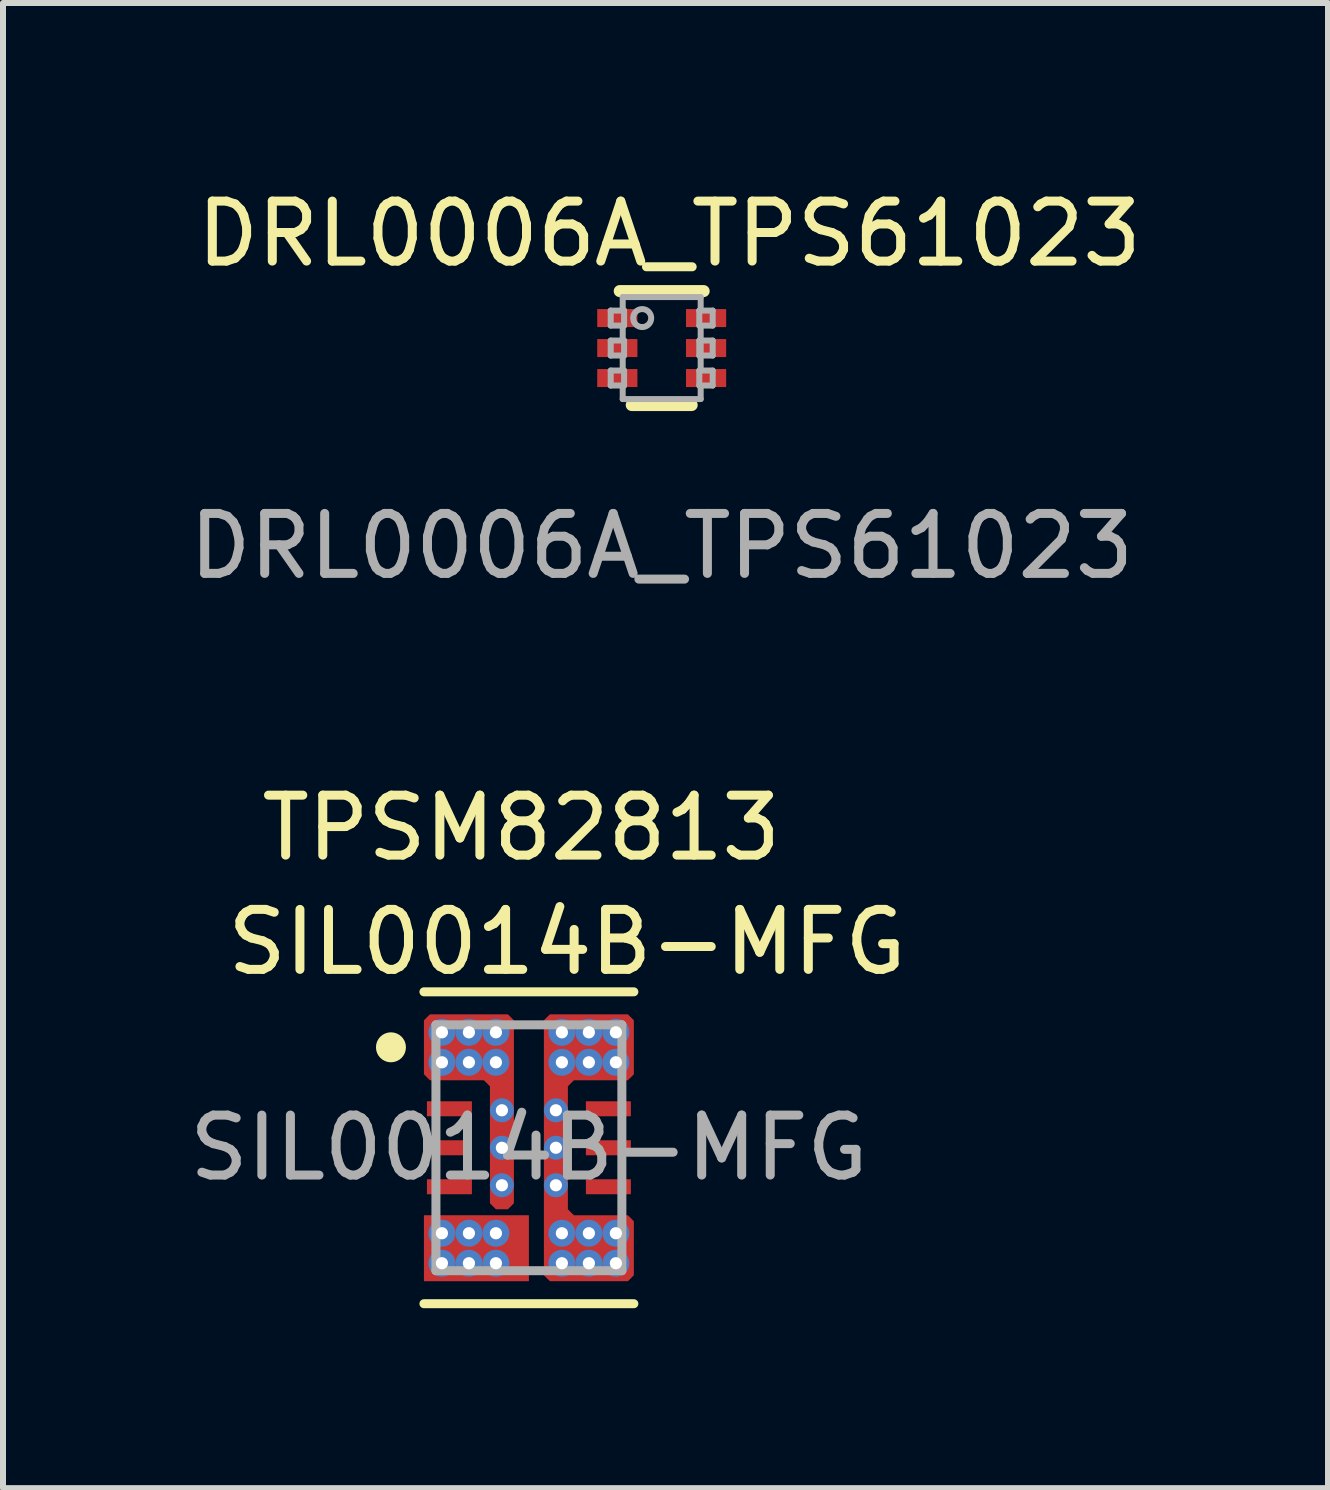
<source format=kicad_pcb>
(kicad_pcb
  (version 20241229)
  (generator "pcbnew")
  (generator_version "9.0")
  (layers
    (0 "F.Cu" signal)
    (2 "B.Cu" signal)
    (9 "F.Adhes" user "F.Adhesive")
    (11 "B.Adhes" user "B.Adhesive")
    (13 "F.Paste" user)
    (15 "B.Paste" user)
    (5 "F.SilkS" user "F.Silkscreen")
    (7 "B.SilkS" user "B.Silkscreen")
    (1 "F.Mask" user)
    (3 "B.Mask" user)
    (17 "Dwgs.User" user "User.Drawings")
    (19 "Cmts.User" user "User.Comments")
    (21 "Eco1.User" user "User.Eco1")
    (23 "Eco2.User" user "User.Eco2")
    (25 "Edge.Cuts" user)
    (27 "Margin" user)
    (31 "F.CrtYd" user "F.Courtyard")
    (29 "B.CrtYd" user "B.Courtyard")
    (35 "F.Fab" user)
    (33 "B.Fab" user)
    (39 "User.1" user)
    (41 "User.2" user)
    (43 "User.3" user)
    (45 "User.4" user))
  (footprint "DRL0006A_TPS61023"
    (layer "F.Cu")
    (at 7.982 2.753)
    (property "Reference" "DRL0006A_TPS61023" (at 0.127 -1.905 0) (unlocked yes) (layer "F.SilkS") (effects (font (size 1 1) (thickness 0.15))))
    (attr smd)
    (fp_line (start -0.7 -0.95) (end 0.7 -0.95) (stroke (width 0.2) (type solid)) (layer "F.SilkS"))
    (fp_line (start -0.5 0.95) (end 0.5 0.95) (stroke (width 0.2) (type solid)) (layer "F.SilkS"))
    (fp_line (start -0.85 -0.625) (end -0.627 -0.625) (stroke (width 0.1) (type solid)) (layer "F.Fab"))
    (fp_line (start -0.85 -0.375) (end -0.85 -0.625) (stroke (width 0.1) (type solid)) (layer "F.Fab"))
    (fp_line (start -0.85 -0.375) (end -0.627 -0.375) (stroke (width 0.1) (type solid)) (layer "F.Fab"))
    (fp_line (start -0.85 -0.125) (end -0.627 -0.125) (stroke (width 0.1) (type solid)) (layer "F.Fab"))
    (fp_line (start -0.85 0.125) (end -0.85 -0.125) (stroke (width 0.1) (type solid)) (layer "F.Fab"))
    (fp_line (start -0.85 0.125) (end -0.627 0.125) (stroke (width 0.1) (type solid)) (layer "F.Fab"))
    (fp_line (start -0.85 0.375) (end -0.627 0.375) (stroke (width 0.1) (type solid)) (layer "F.Fab"))
    (fp_line (start -0.85 0.625) (end -0.85 0.375) (stroke (width 0.1) (type solid)) (layer "F.Fab"))
    (fp_line (start -0.85 0.625) (end -0.627 0.625) (stroke (width 0.1) (type solid)) (layer "F.Fab"))
    (fp_line (start -0.65 -0.85) (end 0.65 -0.85) (stroke (width 0.1) (type solid)) (layer "F.Fab"))
    (fp_line (start -0.65 -0.625) (end -0.65 -0.85) (stroke (width 0.1) (type solid)) (layer "F.Fab"))
    (fp_line (start -0.65 -0.125) (end -0.65 -0.375) (stroke (width 0.1) (type solid)) (layer "F.Fab"))
    (fp_line (start -0.65 0.375) (end -0.65 0.125) (stroke (width 0.1) (type solid)) (layer "F.Fab"))
    (fp_line (start -0.65 0.85) (end -0.65 0.625) (stroke (width 0.1) (type solid)) (layer "F.Fab"))
    (fp_line (start -0.65 0.85) (end 0.65 0.85) (stroke (width 0.1) (type solid)) (layer "F.Fab"))
    (fp_line (start -0.627 -0.375) (end -0.627 -0.625) (stroke (width 0.1) (type solid)) (layer "F.Fab"))
    (fp_line (start -0.627 0.125) (end -0.627 -0.125) (stroke (width 0.1) (type solid)) (layer "F.Fab"))
    (fp_line (start -0.627 0.625) (end -0.627 0.375) (stroke (width 0.1) (type solid)) (layer "F.Fab"))
    (fp_line (start 0.627 -0.625) (end 0.85 -0.625) (stroke (width 0.1) (type solid)) (layer "F.Fab"))
    (fp_line (start 0.627 -0.375) (end 0.627 -0.625) (stroke (width 0.1) (type solid)) (layer "F.Fab"))
    (fp_line (start 0.627 -0.375) (end 0.85 -0.375) (stroke (width 0.1) (type solid)) (layer "F.Fab"))
    (fp_line (start 0.627 -0.125) (end 0.85 -0.125) (stroke (width 0.1) (type solid)) (layer "F.Fab"))
    (fp_line (start 0.627 0.125) (end 0.627 -0.125) (stroke (width 0.1) (type solid)) (layer "F.Fab"))
    (fp_line (start 0.627 0.125) (end 0.85 0.125) (stroke (width 0.1) (type solid)) (layer "F.Fab"))
    (fp_line (start 0.627 0.375) (end 0.85 0.375) (stroke (width 0.1) (type solid)) (layer "F.Fab"))
    (fp_line (start 0.627 0.625) (end 0.627 0.375) (stroke (width 0.1) (type solid)) (layer "F.Fab"))
    (fp_line (start 0.627 0.625) (end 0.85 0.625) (stroke (width 0.1) (type solid)) (layer "F.Fab"))
    (fp_line (start 0.65 -0.625) (end 0.65 -0.85) (stroke (width 0.1) (type solid)) (layer "F.Fab"))
    (fp_line (start 0.65 0.375) (end 0.65 -0.375) (stroke (width 0.1) (type solid)) (layer "F.Fab"))
    (fp_line (start 0.65 0.85) (end 0.65 0.625) (stroke (width 0.1) (type solid)) (layer "F.Fab"))
    (fp_line (start 0.85 -0.375) (end 0.85 -0.625) (stroke (width 0.1) (type solid)) (layer "F.Fab"))
    (fp_line (start 0.85 0.625) (end 0.85 0.375) (stroke (width 0.1) (type solid)) (layer "F.Fab"))
    (fp_line (start 0.85 0.125) (end 0.85 -0.125) (stroke (width 0.1) (type solid)) (layer "F.Fab"))
    (fp_circle (center -0.325 -0.5) (end -0.175 -0.5) (stroke (width 0.1) (type solid)) (fill no) (layer "F.Fab"))
    (fp_text user "${REFERENCE}" (at 0 3.302 0) (unlocked yes) (layer "F.Fab") (effects (font (size 1 1) (thickness 0.15))))
    (pad "1" smd rect (at -0.74 -0.5 90) (size 0.3 0.67) (layers "F.Cu" "F.Mask" "F.Paste"))
    (pad "2" smd rect (at -0.74 -0.000003 90) (size 0.3 0.67) (layers "F.Cu" "F.Mask" "F.Paste"))
    (pad "3" smd rect (at -0.74 0.5 90) (size 0.3 0.67) (layers "F.Cu" "F.Mask" "F.Paste"))
    (pad "4" smd rect (at 0.74 0.5 90) (size 0.3 0.67) (layers "F.Cu" "F.Mask" "F.Paste"))
    (pad "5" smd rect (at 0.74 -0.000003 90) (size 0.3 0.67) (layers "F.Cu" "F.Mask" "F.Paste"))
    (pad "6" smd rect (at 0.74 -0.5 90) (size 0.3 0.67) (layers "F.Cu" "F.Mask" "F.Paste")))
  (footprint "SIL0014B-MFG"
    (layer "F.Cu")
    (at 5.768 16.086)
    (property "Reference" "SIL0014B-MFG" (at 0.635 -3.429 0) (unlocked yes) (layer "F.SilkS") (effects (font (size 1 1) (thickness 0.15))))
    (attr through_hole)
    (fp_poly (pts (xy -0.25 -2.125) (xy -0.35 -2.225) (xy -1.65 -2.225) (xy -1.75 -2.125) (xy -1.75 -1.225) (xy -1.65 -1.125) (xy -0.75 -1.125) (xy -0.65 -1.025) (xy -0.65 0.925) (xy -0.55 1.025) (xy -0.35 1.025) (xy -0.25 0.925)) (stroke (width 0) (type solid)) (fill yes) (layer "F.Cu"))
    (fp_poly (pts (xy 0.25 -2.125) (xy 0.35 -2.225) (xy 1.65 -2.225) (xy 1.75 -2.125) (xy 1.75 -1.225) (xy 1.65 -1.125) (xy 0.75 -1.125) (xy 0.65 -1.025) (xy 0.65 1.025) (xy 0.75 1.125) (xy 1.65 1.125) (xy 1.75 1.225) (xy 1.75 2.125) (xy 1.65 2.225) (xy 0.35 2.225) (xy 0.25 2.125)) (stroke (width 0) (type solid)) (fill yes) (layer "F.Cu"))
    (fp_poly (pts (xy -0.3 1.225) (xy -0.3 2.125) (xy -0.35 2.175) (xy -1.65 2.175) (xy -1.7 2.125) (xy -1.7 1.225) (xy -1.65 1.175) (xy -0.35 1.175)) (stroke (width 0) (type solid)) (fill yes) (layer "F.Mask"))
    (fp_line (start -1.75 -2.6) (end 1.75 -2.6) (stroke (width 0.15) (type solid)) (layer "F.SilkS"))
    (fp_line (start -1.75 2.6) (end 1.75 2.6) (stroke (width 0.15) (type solid)) (layer "F.SilkS"))
    (fp_circle (center -2.3 -1.675) (end -2.175 -1.675) (stroke (width 0.25) (type solid)) (fill no) (layer "F.SilkS"))
    (fp_poly (pts (xy -0.3 1.225) (xy -0.3 2.125) (xy -0.35 2.175) (xy -1.65 2.175) (xy -1.7 2.125) (xy -1.7 1.225) (xy -1.65 1.175) (xy -0.35 1.175)) (stroke (width 0) (type solid)) (fill yes) (layer "F.Paste"))
    (fp_line (start -1.55 -2.05) (end 1.55 -2.05) (stroke (width 0.15) (type solid)) (layer "F.Fab"))
    (fp_line (start -1.55 2.05) (end -1.55 -2.05) (stroke (width 0.15) (type solid)) (layer "F.Fab"))
    (fp_line (start -1.55 2.05) (end 1.55 2.05) (stroke (width 0.15) (type solid)) (layer "F.Fab"))
    (fp_line (start 1.55 2.05) (end 1.55 -2.05) (stroke (width 0.15) (type solid)) (layer "F.Fab"))
    (fp_text user "TPSM82813" (at -0.127 -5.334 0) (unlocked yes) (layer "F.SilkS") (effects (font (size 1 1) (thickness 0.15))))
    (fp_text user "${REFERENCE}" (at 0 0 0) (unlocked yes) (layer "F.Fab") (effects (font (size 1 1) (thickness 0.15))))
    (pad "1" smd rect (at -1 -1.675) (size 1.4 1) (layers "F.Cu" "F.Mask" "F.Paste"))
    (pad "2" smd rect (at -1.325 -0.65) (size 0.75 0.25) (layers "F.Cu" "F.Mask" "F.Paste"))
    (pad "3" smd rect (at -1.325 0) (size 0.75 0.25) (layers "F.Cu" "F.Mask" "F.Paste"))
    (pad "4" smd rect (at -1.325 0.65) (size 0.75 0.25) (layers "F.Cu" "F.Mask" "F.Paste"))
    (pad "5" smd rect (at -0.875 1.675) (size 1.75 1.1) (layers "F.Cu"))
    (pad "6" smd rect (at 1 1.675) (size 1.4 1) (layers "F.Cu" "F.Mask" "F.Paste"))
    (pad "7" smd rect (at 1.325 0.65) (size 0.75 0.25) (layers "F.Cu" "F.Mask" "F.Paste"))
    (pad "8" smd rect (at 1.325 0) (size 0.75 0.25) (layers "F.Cu" "F.Mask" "F.Paste"))
    (pad "9" smd rect (at 1.325 -0.65) (size 0.75 0.25) (layers "F.Cu" "F.Mask" "F.Paste"))
    (pad "10" smd rect (at 1 -1.675) (size 1.4 1) (layers "F.Cu" "F.Mask" "F.Paste"))
    (pad "11" smd rect (at -0.45 -0.575) (size 0.3 0.8) (layers "F.Cu" "F.Mask" "F.Paste"))
    (pad "12" smd rect (at -0.45 0.575) (size 0.3 0.8) (layers "F.Cu" "F.Mask" "F.Paste"))
    (pad "13" smd rect (at 0.45 0.575) (size 0.3 0.8) (layers "F.Cu" "F.Mask" "F.Paste"))
    (pad "14" smd rect (at 0.45 -0.575) (size 0.3 0.8) (layers "F.Cu" "F.Mask" "F.Paste"))
    (pad "15" thru_hole circle (at -1.45 1.925) (size 0.45 0.45) (drill 0.203) (layers "*.Cu" "*.Mask"))
    (pad "16" thru_hole circle (at -1 1.925) (size 0.45 0.45) (drill 0.203) (layers "*.Cu" "*.Mask"))
    (pad "17" thru_hole circle (at -0.55 1.925) (size 0.45 0.45) (drill 0.203) (layers "*.Cu" "*.Mask"))
    (pad "18" thru_hole circle (at -1.45 1.425) (size 0.45 0.45) (drill 0.203) (layers "*.Cu" "*.Mask"))
    (pad "19" thru_hole circle (at -1 1.425) (size 0.45 0.45) (drill 0.203) (layers "*.Cu" "*.Mask"))
    (pad "20" thru_hole circle (at -0.55 1.425) (size 0.45 0.45) (drill 0.203) (layers "*.Cu" "*.Mask"))
    (pad "21" thru_hole circle (at 1.45 1.425) (size 0.45 0.45) (drill 0.203) (layers "*.Cu" "*.Mask"))
    (pad "22" thru_hole circle (at 1 1.425) (size 0.45 0.45) (drill 0.203) (layers "*.Cu" "*.Mask"))
    (pad "23" thru_hole circle (at 0.55 1.425) (size 0.45 0.45) (drill 0.203) (layers "*.Cu" "*.Mask"))
    (pad "24" thru_hole circle (at 1.45 1.925) (size 0.45 0.45) (drill 0.203) (layers "*.Cu" "*.Mask"))
    (pad "25" thru_hole circle (at 1 1.925) (size 0.45 0.45) (drill 0.203) (layers "*.Cu" "*.Mask"))
    (pad "26" thru_hole circle (at 0.55 1.925) (size 0.45 0.45) (drill 0.203) (layers "*.Cu" "*.Mask"))
    (pad "27" thru_hole circle (at -0.55 -1.925) (size 0.45 0.45) (drill 0.203) (layers "*.Cu" "*.Mask"))
    (pad "28" thru_hole circle (at -1 -1.925) (size 0.45 0.45) (drill 0.203) (layers "*.Cu" "*.Mask"))
    (pad "29" thru_hole circle (at -1.45 -1.925) (size 0.45 0.45) (drill 0.203) (layers "*.Cu" "*.Mask"))
    (pad "30" thru_hole circle (at -0.55 -1.425) (size 0.45 0.45) (drill 0.203) (layers "*.Cu" "*.Mask"))
    (pad "31" thru_hole circle (at -1 -1.425) (size 0.45 0.45) (drill 0.203) (layers "*.Cu" "*.Mask"))
    (pad "32" thru_hole circle (at -1.45 -1.425) (size 0.45 0.45) (drill 0.203) (layers "*.Cu" "*.Mask"))
    (pad "33" thru_hole circle (at 1.45 -1.925) (size 0.45 0.45) (drill 0.203) (layers "*.Cu" "*.Mask"))
    (pad "34" thru_hole circle (at 1 -1.925) (size 0.45 0.45) (drill 0.203) (layers "*.Cu" "*.Mask"))
    (pad "35" thru_hole circle (at 0.55 -1.925) (size 0.45 0.45) (drill 0.203) (layers "*.Cu" "*.Mask"))
    (pad "36" thru_hole circle (at 1.45 -1.425) (size 0.45 0.45) (drill 0.203) (layers "*.Cu" "*.Mask"))
    (pad "37" thru_hole circle (at 1 -1.425) (size 0.45 0.45) (drill 0.203) (layers "*.Cu" "*.Mask"))
    (pad "38" thru_hole circle (at 0.55 -1.425) (size 0.45 0.45) (drill 0.203) (layers "*.Cu" "*.Mask"))
    (pad "39" thru_hole circle (at -0.45 -0.625) (size 0.4 0.4) (drill 0.203) (layers "*.Cu" "*.Mask"))
    (pad "40" thru_hole circle (at -0.45 0) (size 0.4 0.4) (drill 0.203) (layers "*.Cu" "*.Mask"))
    (pad "41" thru_hole circle (at -0.45 0.625) (size 0.4 0.4) (drill 0.203) (layers "*.Cu" "*.Mask"))
    (pad "42" thru_hole circle (at 0.45 -0.625) (size 0.4 0.4) (drill 0.203) (layers "*.Cu" "*.Mask"))
    (pad "43" thru_hole circle (at 0.45 0) (size 0.4 0.4) (drill 0.203) (layers "*.Cu" "*.Mask"))
    (pad "44" thru_hole circle (at 0.45 0.625) (size 0.4 0.4) (drill 0.203) (layers "*.Cu" "*.Mask")))
  (gr_rect
    (start -3 -3)
    (end 19.091 21.761)
    (stroke (width 0.1) (type default))
    (fill no)
    (layer "Edge.Cuts")))
</source>
